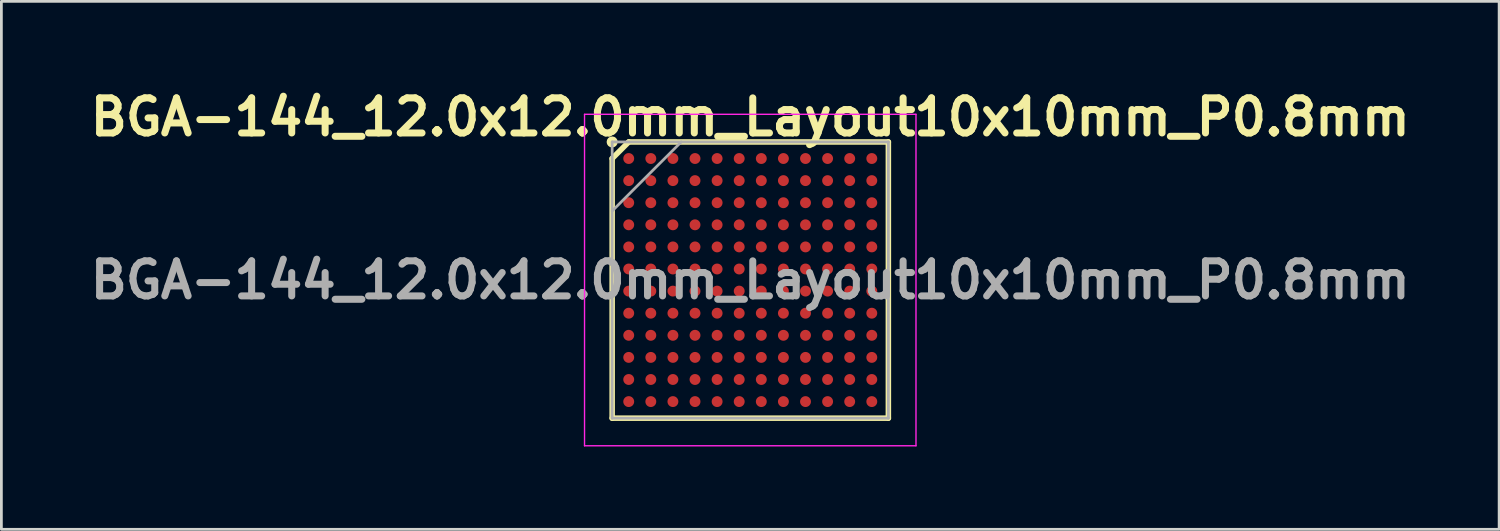
<source format=kicad_pcb>
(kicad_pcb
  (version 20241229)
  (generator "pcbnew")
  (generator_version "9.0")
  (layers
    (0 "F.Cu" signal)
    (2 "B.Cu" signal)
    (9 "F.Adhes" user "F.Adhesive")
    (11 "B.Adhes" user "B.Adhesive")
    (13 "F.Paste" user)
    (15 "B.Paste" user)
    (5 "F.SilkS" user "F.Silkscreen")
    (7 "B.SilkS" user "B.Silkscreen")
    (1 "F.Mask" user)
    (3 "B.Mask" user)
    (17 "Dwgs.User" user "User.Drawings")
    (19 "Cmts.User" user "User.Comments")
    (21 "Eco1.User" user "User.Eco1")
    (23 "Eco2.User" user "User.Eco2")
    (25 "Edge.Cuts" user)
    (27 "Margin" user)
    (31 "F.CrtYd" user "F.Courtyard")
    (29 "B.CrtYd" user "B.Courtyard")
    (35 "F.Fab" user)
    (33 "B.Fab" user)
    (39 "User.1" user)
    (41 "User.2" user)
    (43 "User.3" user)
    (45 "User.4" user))
  (footprint "BGA-144_12.0x12.0mm_Layout10x10mm_P0.8mm"
    (layer "F.Cu")
    (at 24.112 7.089)
    (property "Reference" "BGA-144_12.0x12.0mm_Layout10x10mm_P0.8mm" (at 0 -5.9 0) (layer "F.SilkS") (effects (font (size 1.27 1.27) (thickness 0.254))))
    (attr smd)
    (fp_line (start -5 -4.4) (end -4.4 -5) (stroke (width 0.2) (type solid)) (layer "F.SilkS"))
    (fp_line (start -5 5) (end -5 -4.4) (stroke (width 0.2) (type solid)) (layer "F.SilkS"))
    (fp_line (start -4.4 -5) (end 5 -5) (stroke (width 0.2) (type solid)) (layer "F.SilkS"))
    (fp_line (start 5 -5) (end 5 5) (stroke (width 0.2) (type solid)) (layer "F.SilkS"))
    (fp_line (start 5 5) (end -5 5) (stroke (width 0.2) (type solid)) (layer "F.SilkS"))
    (fp_circle (center -5 -5) (end -5 -4.9) (stroke (width 0.2) (type solid)) (fill no) (layer "F.SilkS"))
    (fp_line (start -6 -6) (end 6 -6) (stroke (width 0.05) (type solid)) (layer "F.CrtYd"))
    (fp_line (start -6 6) (end -6 -6) (stroke (width 0.05) (type solid)) (layer "F.CrtYd"))
    (fp_line (start 6 -6) (end 6 6) (stroke (width 0.05) (type solid)) (layer "F.CrtYd"))
    (fp_line (start 6 6) (end -6 6) (stroke (width 0.05) (type solid)) (layer "F.CrtYd"))
    (fp_line (start -5 -5) (end 5 -5) (stroke (width 0.1) (type solid)) (layer "F.Fab"))
    (fp_line (start -5 -2.5) (end -2.5 -5) (stroke (width 0.1) (type solid)) (layer "F.Fab"))
    (fp_line (start -5 5) (end -5 -5) (stroke (width 0.1) (type solid)) (layer "F.Fab"))
    (fp_line (start 5 -5) (end 5 5) (stroke (width 0.1) (type solid)) (layer "F.Fab"))
    (fp_line (start 5 5) (end -5 5) (stroke (width 0.1) (type solid)) (layer "F.Fab"))
    (fp_text user "${REFERENCE}" (at 0 0 0) (layer "F.Fab") (effects (font (size 1.27 1.27) (thickness 0.254))))
    (pad "A1" smd circle (at -4.4 -4.4 90) (size 0.394 0.394) (layers "F.Cu" "F.Mask" "F.Paste"))
    (pad "A2" smd circle (at -3.6 -4.4 90) (size 0.394 0.394) (layers "F.Cu" "F.Mask" "F.Paste"))
    (pad "A3" smd circle (at -2.8 -4.4 90) (size 0.394 0.394) (layers "F.Cu" "F.Mask" "F.Paste"))
    (pad "A4" smd circle (at -2 -4.4 90) (size 0.394 0.394) (layers "F.Cu" "F.Mask" "F.Paste"))
    (pad "A5" smd circle (at -1.2 -4.4 90) (size 0.394 0.394) (layers "F.Cu" "F.Mask" "F.Paste"))
    (pad "A6" smd circle (at -0.4 -4.4 90) (size 0.394 0.394) (layers "F.Cu" "F.Mask" "F.Paste"))
    (pad "A7" smd circle (at 0.4 -4.4 90) (size 0.394 0.394) (layers "F.Cu" "F.Mask" "F.Paste"))
    (pad "A8" smd circle (at 1.2 -4.4 90) (size 0.394 0.394) (layers "F.Cu" "F.Mask" "F.Paste"))
    (pad "A9" smd circle (at 2 -4.4 90) (size 0.394 0.394) (layers "F.Cu" "F.Mask" "F.Paste"))
    (pad "A10" smd circle (at 2.8 -4.4 90) (size 0.394 0.394) (layers "F.Cu" "F.Mask" "F.Paste"))
    (pad "A11" smd circle (at 3.6 -4.4 90) (size 0.394 0.394) (layers "F.Cu" "F.Mask" "F.Paste"))
    (pad "A12" smd circle (at 4.4 -4.4 90) (size 0.394 0.394) (layers "F.Cu" "F.Mask" "F.Paste"))
    (pad "B1" smd circle (at -4.4 -3.6 90) (size 0.394 0.394) (layers "F.Cu" "F.Mask" "F.Paste"))
    (pad "B2" smd circle (at -3.6 -3.6 90) (size 0.394 0.394) (layers "F.Cu" "F.Mask" "F.Paste"))
    (pad "B3" smd circle (at -2.8 -3.6 90) (size 0.394 0.394) (layers "F.Cu" "F.Mask" "F.Paste"))
    (pad "B4" smd circle (at -2 -3.6 90) (size 0.394 0.394) (layers "F.Cu" "F.Mask" "F.Paste"))
    (pad "B5" smd circle (at -1.2 -3.6 90) (size 0.394 0.394) (layers "F.Cu" "F.Mask" "F.Paste"))
    (pad "B6" smd circle (at -0.4 -3.6 90) (size 0.394 0.394) (layers "F.Cu" "F.Mask" "F.Paste"))
    (pad "B7" smd circle (at 0.4 -3.6 90) (size 0.394 0.394) (layers "F.Cu" "F.Mask" "F.Paste"))
    (pad "B8" smd circle (at 1.2 -3.6 90) (size 0.394 0.394) (layers "F.Cu" "F.Mask" "F.Paste"))
    (pad "B9" smd circle (at 2 -3.6 90) (size 0.394 0.394) (layers "F.Cu" "F.Mask" "F.Paste"))
    (pad "B10" smd circle (at 2.8 -3.6 90) (size 0.394 0.394) (layers "F.Cu" "F.Mask" "F.Paste"))
    (pad "B11" smd circle (at 3.6 -3.6 90) (size 0.394 0.394) (layers "F.Cu" "F.Mask" "F.Paste"))
    (pad "B12" smd circle (at 4.4 -3.6 90) (size 0.394 0.394) (layers "F.Cu" "F.Mask" "F.Paste"))
    (pad "C1" smd circle (at -4.4 -2.8 90) (size 0.394 0.394) (layers "F.Cu" "F.Mask" "F.Paste"))
    (pad "C2" smd circle (at -3.6 -2.8 90) (size 0.394 0.394) (layers "F.Cu" "F.Mask" "F.Paste"))
    (pad "C3" smd circle (at -2.8 -2.8 90) (size 0.394 0.394) (layers "F.Cu" "F.Mask" "F.Paste"))
    (pad "C4" smd circle (at -2 -2.8 90) (size 0.394 0.394) (layers "F.Cu" "F.Mask" "F.Paste"))
    (pad "C5" smd circle (at -1.2 -2.8 90) (size 0.394 0.394) (layers "F.Cu" "F.Mask" "F.Paste"))
    (pad "C6" smd circle (at -0.4 -2.8 90) (size 0.394 0.394) (layers "F.Cu" "F.Mask" "F.Paste"))
    (pad "C7" smd circle (at 0.4 -2.8 90) (size 0.394 0.394) (layers "F.Cu" "F.Mask" "F.Paste"))
    (pad "C8" smd circle (at 1.2 -2.8 90) (size 0.394 0.394) (layers "F.Cu" "F.Mask" "F.Paste"))
    (pad "C9" smd circle (at 2 -2.8 90) (size 0.394 0.394) (layers "F.Cu" "F.Mask" "F.Paste"))
    (pad "C10" smd circle (at 2.8 -2.8 90) (size 0.394 0.394) (layers "F.Cu" "F.Mask" "F.Paste"))
    (pad "C11" smd circle (at 3.6 -2.8 90) (size 0.394 0.394) (layers "F.Cu" "F.Mask" "F.Paste"))
    (pad "C12" smd circle (at 4.4 -2.8 90) (size 0.394 0.394) (layers "F.Cu" "F.Mask" "F.Paste"))
    (pad "D1" smd circle (at -4.4 -2 90) (size 0.394 0.394) (layers "F.Cu" "F.Mask" "F.Paste"))
    (pad "D2" smd circle (at -3.6 -2 90) (size 0.394 0.394) (layers "F.Cu" "F.Mask" "F.Paste"))
    (pad "D3" smd circle (at -2.8 -2 90) (size 0.394 0.394) (layers "F.Cu" "F.Mask" "F.Paste"))
    (pad "D4" smd circle (at -2 -2 90) (size 0.394 0.394) (layers "F.Cu" "F.Mask" "F.Paste"))
    (pad "D5" smd circle (at -1.2 -2 90) (size 0.394 0.394) (layers "F.Cu" "F.Mask" "F.Paste"))
    (pad "D6" smd circle (at -0.4 -2 90) (size 0.394 0.394) (layers "F.Cu" "F.Mask" "F.Paste"))
    (pad "D7" smd circle (at 0.4 -2 90) (size 0.394 0.394) (layers "F.Cu" "F.Mask" "F.Paste"))
    (pad "D8" smd circle (at 1.2 -2 90) (size 0.394 0.394) (layers "F.Cu" "F.Mask" "F.Paste"))
    (pad "D9" smd circle (at 2 -2 90) (size 0.394 0.394) (layers "F.Cu" "F.Mask" "F.Paste"))
    (pad "D10" smd circle (at 2.8 -2 90) (size 0.394 0.394) (layers "F.Cu" "F.Mask" "F.Paste"))
    (pad "D11" smd circle (at 3.6 -2 90) (size 0.394 0.394) (layers "F.Cu" "F.Mask" "F.Paste"))
    (pad "D12" smd circle (at 4.4 -2 90) (size 0.394 0.394) (layers "F.Cu" "F.Mask" "F.Paste"))
    (pad "E1" smd circle (at -4.4 -1.2 90) (size 0.394 0.394) (layers "F.Cu" "F.Mask" "F.Paste"))
    (pad "E2" smd circle (at -3.6 -1.2 90) (size 0.394 0.394) (layers "F.Cu" "F.Mask" "F.Paste"))
    (pad "E3" smd circle (at -2.8 -1.2 90) (size 0.394 0.394) (layers "F.Cu" "F.Mask" "F.Paste"))
    (pad "E4" smd circle (at -2 -1.2 90) (size 0.394 0.394) (layers "F.Cu" "F.Mask" "F.Paste"))
    (pad "E5" smd circle (at -1.2 -1.2 90) (size 0.394 0.394) (layers "F.Cu" "F.Mask" "F.Paste"))
    (pad "E6" smd circle (at -0.4 -1.2 90) (size 0.394 0.394) (layers "F.Cu" "F.Mask" "F.Paste"))
    (pad "E7" smd circle (at 0.4 -1.2 90) (size 0.394 0.394) (layers "F.Cu" "F.Mask" "F.Paste"))
    (pad "E8" smd circle (at 1.2 -1.2 90) (size 0.394 0.394) (layers "F.Cu" "F.Mask" "F.Paste"))
    (pad "E9" smd circle (at 2 -1.2 90) (size 0.394 0.394) (layers "F.Cu" "F.Mask" "F.Paste"))
    (pad "E10" smd circle (at 2.8 -1.2 90) (size 0.394 0.394) (layers "F.Cu" "F.Mask" "F.Paste"))
    (pad "E11" smd circle (at 3.6 -1.2 90) (size 0.394 0.394) (layers "F.Cu" "F.Mask" "F.Paste"))
    (pad "E12" smd circle (at 4.4 -1.2 90) (size 0.394 0.394) (layers "F.Cu" "F.Mask" "F.Paste"))
    (pad "F1" smd circle (at -4.4 -0.4 90) (size 0.394 0.394) (layers "F.Cu" "F.Mask" "F.Paste"))
    (pad "F2" smd circle (at -3.6 -0.4 90) (size 0.394 0.394) (layers "F.Cu" "F.Mask" "F.Paste"))
    (pad "F3" smd circle (at -2.8 -0.4 90) (size 0.394 0.394) (layers "F.Cu" "F.Mask" "F.Paste"))
    (pad "F4" smd circle (at -2 -0.4 90) (size 0.394 0.394) (layers "F.Cu" "F.Mask" "F.Paste"))
    (pad "F5" smd circle (at -1.2 -0.4 90) (size 0.394 0.394) (layers "F.Cu" "F.Mask" "F.Paste"))
    (pad "F6" smd circle (at -0.4 -0.4 90) (size 0.394 0.394) (layers "F.Cu" "F.Mask" "F.Paste"))
    (pad "F7" smd circle (at 0.4 -0.4 90) (size 0.394 0.394) (layers "F.Cu" "F.Mask" "F.Paste"))
    (pad "F8" smd circle (at 1.2 -0.4 90) (size 0.394 0.394) (layers "F.Cu" "F.Mask" "F.Paste"))
    (pad "F9" smd circle (at 2 -0.4 90) (size 0.394 0.394) (layers "F.Cu" "F.Mask" "F.Paste"))
    (pad "F10" smd circle (at 2.8 -0.4 90) (size 0.394 0.394) (layers "F.Cu" "F.Mask" "F.Paste"))
    (pad "F11" smd circle (at 3.6 -0.4 90) (size 0.394 0.394) (layers "F.Cu" "F.Mask" "F.Paste"))
    (pad "F12" smd circle (at 4.4 -0.4 90) (size 0.394 0.394) (layers "F.Cu" "F.Mask" "F.Paste"))
    (pad "G1" smd circle (at -4.4 0.4 90) (size 0.394 0.394) (layers "F.Cu" "F.Mask" "F.Paste"))
    (pad "G2" smd circle (at -3.6 0.4 90) (size 0.394 0.394) (layers "F.Cu" "F.Mask" "F.Paste"))
    (pad "G3" smd circle (at -2.8 0.4 90) (size 0.394 0.394) (layers "F.Cu" "F.Mask" "F.Paste"))
    (pad "G4" smd circle (at -2 0.4 90) (size 0.394 0.394) (layers "F.Cu" "F.Mask" "F.Paste"))
    (pad "G5" smd circle (at -1.2 0.4 90) (size 0.394 0.394) (layers "F.Cu" "F.Mask" "F.Paste"))
    (pad "G6" smd circle (at -0.4 0.4 90) (size 0.394 0.394) (layers "F.Cu" "F.Mask" "F.Paste"))
    (pad "G7" smd circle (at 0.4 0.4 90) (size 0.394 0.394) (layers "F.Cu" "F.Mask" "F.Paste"))
    (pad "G8" smd circle (at 1.2 0.4 90) (size 0.394 0.394) (layers "F.Cu" "F.Mask" "F.Paste"))
    (pad "G9" smd circle (at 2 0.4 90) (size 0.394 0.394) (layers "F.Cu" "F.Mask" "F.Paste"))
    (pad "G10" smd circle (at 2.8 0.4 90) (size 0.394 0.394) (layers "F.Cu" "F.Mask" "F.Paste"))
    (pad "G11" smd circle (at 3.6 0.4 90) (size 0.394 0.394) (layers "F.Cu" "F.Mask" "F.Paste"))
    (pad "G12" smd circle (at 4.4 0.4 90) (size 0.394 0.394) (layers "F.Cu" "F.Mask" "F.Paste"))
    (pad "H1" smd circle (at -4.4 1.2 90) (size 0.394 0.394) (layers "F.Cu" "F.Mask" "F.Paste"))
    (pad "H2" smd circle (at -3.6 1.2 90) (size 0.394 0.394) (layers "F.Cu" "F.Mask" "F.Paste"))
    (pad "H3" smd circle (at -2.8 1.2 90) (size 0.394 0.394) (layers "F.Cu" "F.Mask" "F.Paste"))
    (pad "H4" smd circle (at -2 1.2 90) (size 0.394 0.394) (layers "F.Cu" "F.Mask" "F.Paste"))
    (pad "H5" smd circle (at -1.2 1.2 90) (size 0.394 0.394) (layers "F.Cu" "F.Mask" "F.Paste"))
    (pad "H6" smd circle (at -0.4 1.2 90) (size 0.394 0.394) (layers "F.Cu" "F.Mask" "F.Paste"))
    (pad "H7" smd circle (at 0.4 1.2 90) (size 0.394 0.394) (layers "F.Cu" "F.Mask" "F.Paste"))
    (pad "H8" smd circle (at 1.2 1.2 90) (size 0.394 0.394) (layers "F.Cu" "F.Mask" "F.Paste"))
    (pad "H9" smd circle (at 2 1.2 90) (size 0.394 0.394) (layers "F.Cu" "F.Mask" "F.Paste"))
    (pad "H10" smd circle (at 2.8 1.2 90) (size 0.394 0.394) (layers "F.Cu" "F.Mask" "F.Paste"))
    (pad "H11" smd circle (at 3.6 1.2 90) (size 0.394 0.394) (layers "F.Cu" "F.Mask" "F.Paste"))
    (pad "H12" smd circle (at 4.4 1.2 90) (size 0.394 0.394) (layers "F.Cu" "F.Mask" "F.Paste"))
    (pad "J1" smd circle (at -4.4 2 90) (size 0.394 0.394) (layers "F.Cu" "F.Mask" "F.Paste"))
    (pad "J2" smd circle (at -3.6 2 90) (size 0.394 0.394) (layers "F.Cu" "F.Mask" "F.Paste"))
    (pad "J3" smd circle (at -2.8 2 90) (size 0.394 0.394) (layers "F.Cu" "F.Mask" "F.Paste"))
    (pad "J4" smd circle (at -2 2 90) (size 0.394 0.394) (layers "F.Cu" "F.Mask" "F.Paste"))
    (pad "J5" smd circle (at -1.2 2 90) (size 0.394 0.394) (layers "F.Cu" "F.Mask" "F.Paste"))
    (pad "J6" smd circle (at -0.4 2 90) (size 0.394 0.394) (layers "F.Cu" "F.Mask" "F.Paste"))
    (pad "J7" smd circle (at 0.4 2 90) (size 0.394 0.394) (layers "F.Cu" "F.Mask" "F.Paste"))
    (pad "J8" smd circle (at 1.2 2 90) (size 0.394 0.394) (layers "F.Cu" "F.Mask" "F.Paste"))
    (pad "J9" smd circle (at 2 2 90) (size 0.394 0.394) (layers "F.Cu" "F.Mask" "F.Paste"))
    (pad "J10" smd circle (at 2.8 2 90) (size 0.394 0.394) (layers "F.Cu" "F.Mask" "F.Paste"))
    (pad "J11" smd circle (at 3.6 2 90) (size 0.394 0.394) (layers "F.Cu" "F.Mask" "F.Paste"))
    (pad "J12" smd circle (at 4.4 2 90) (size 0.394 0.394) (layers "F.Cu" "F.Mask" "F.Paste"))
    (pad "K1" smd circle (at -4.4 2.8 90) (size 0.394 0.394) (layers "F.Cu" "F.Mask" "F.Paste"))
    (pad "K2" smd circle (at -3.6 2.8 90) (size 0.394 0.394) (layers "F.Cu" "F.Mask" "F.Paste"))
    (pad "K3" smd circle (at -2.8 2.8 90) (size 0.394 0.394) (layers "F.Cu" "F.Mask" "F.Paste"))
    (pad "K4" smd circle (at -2 2.8 90) (size 0.394 0.394) (layers "F.Cu" "F.Mask" "F.Paste"))
    (pad "K5" smd circle (at -1.2 2.8 90) (size 0.394 0.394) (layers "F.Cu" "F.Mask" "F.Paste"))
    (pad "K6" smd circle (at -0.4 2.8 90) (size 0.394 0.394) (layers "F.Cu" "F.Mask" "F.Paste"))
    (pad "K7" smd circle (at 0.4 2.8 90) (size 0.394 0.394) (layers "F.Cu" "F.Mask" "F.Paste"))
    (pad "K8" smd circle (at 1.2 2.8 90) (size 0.394 0.394) (layers "F.Cu" "F.Mask" "F.Paste"))
    (pad "K9" smd circle (at 2 2.8 90) (size 0.394 0.394) (layers "F.Cu" "F.Mask" "F.Paste"))
    (pad "K10" smd circle (at 2.8 2.8 90) (size 0.394 0.394) (layers "F.Cu" "F.Mask" "F.Paste"))
    (pad "K11" smd circle (at 3.6 2.8 90) (size 0.394 0.394) (layers "F.Cu" "F.Mask" "F.Paste"))
    (pad "K12" smd circle (at 4.4 2.8 90) (size 0.394 0.394) (layers "F.Cu" "F.Mask" "F.Paste"))
    (pad "L1" smd circle (at -4.4 3.6 90) (size 0.394 0.394) (layers "F.Cu" "F.Mask" "F.Paste"))
    (pad "L2" smd circle (at -3.6 3.6 90) (size 0.394 0.394) (layers "F.Cu" "F.Mask" "F.Paste"))
    (pad "L3" smd circle (at -2.8 3.6 90) (size 0.394 0.394) (layers "F.Cu" "F.Mask" "F.Paste"))
    (pad "L4" smd circle (at -2 3.6 90) (size 0.394 0.394) (layers "F.Cu" "F.Mask" "F.Paste"))
    (pad "L5" smd circle (at -1.2 3.6 90) (size 0.394 0.394) (layers "F.Cu" "F.Mask" "F.Paste"))
    (pad "L6" smd circle (at -0.4 3.6 90) (size 0.394 0.394) (layers "F.Cu" "F.Mask" "F.Paste"))
    (pad "L7" smd circle (at 0.4 3.6 90) (size 0.394 0.394) (layers "F.Cu" "F.Mask" "F.Paste"))
    (pad "L8" smd circle (at 1.2 3.6 90) (size 0.394 0.394) (layers "F.Cu" "F.Mask" "F.Paste"))
    (pad "L9" smd circle (at 2 3.6 90) (size 0.394 0.394) (layers "F.Cu" "F.Mask" "F.Paste"))
    (pad "L10" smd circle (at 2.8 3.6 90) (size 0.394 0.394) (layers "F.Cu" "F.Mask" "F.Paste"))
    (pad "L11" smd circle (at 3.6 3.6 90) (size 0.394 0.394) (layers "F.Cu" "F.Mask" "F.Paste"))
    (pad "L12" smd circle (at 4.4 3.6 90) (size 0.394 0.394) (layers "F.Cu" "F.Mask" "F.Paste"))
    (pad "M1" smd circle (at -4.4 4.4 90) (size 0.394 0.394) (layers "F.Cu" "F.Mask" "F.Paste"))
    (pad "M2" smd circle (at -3.6 4.4 90) (size 0.394 0.394) (layers "F.Cu" "F.Mask" "F.Paste"))
    (pad "M3" smd circle (at -2.8 4.4 90) (size 0.394 0.394) (layers "F.Cu" "F.Mask" "F.Paste"))
    (pad "M4" smd circle (at -2 4.4 90) (size 0.394 0.394) (layers "F.Cu" "F.Mask" "F.Paste"))
    (pad "M5" smd circle (at -1.2 4.4 90) (size 0.394 0.394) (layers "F.Cu" "F.Mask" "F.Paste"))
    (pad "M6" smd circle (at -0.4 4.4 90) (size 0.394 0.394) (layers "F.Cu" "F.Mask" "F.Paste"))
    (pad "M7" smd circle (at 0.4 4.4 90) (size 0.394 0.394) (layers "F.Cu" "F.Mask" "F.Paste"))
    (pad "M8" smd circle (at 1.2 4.4 90) (size 0.394 0.394) (layers "F.Cu" "F.Mask" "F.Paste"))
    (pad "M9" smd circle (at 2 4.4 90) (size 0.394 0.394) (layers "F.Cu" "F.Mask" "F.Paste"))
    (pad "M10" smd circle (at 2.8 4.4 90) (size 0.394 0.394) (layers "F.Cu" "F.Mask" "F.Paste"))
    (pad "M11" smd circle (at 3.6 4.4 90) (size 0.394 0.394) (layers "F.Cu" "F.Mask" "F.Paste"))
    (pad "M12" smd circle (at 4.4 4.4 90) (size 0.394 0.394) (layers "F.Cu" "F.Mask" "F.Paste")))
  (gr_rect
    (start -3 -3)
    (end 51.224 16.114)
    (stroke (width 0.1) (type default))
    (fill no)
    (layer "Edge.Cuts")))
</source>
